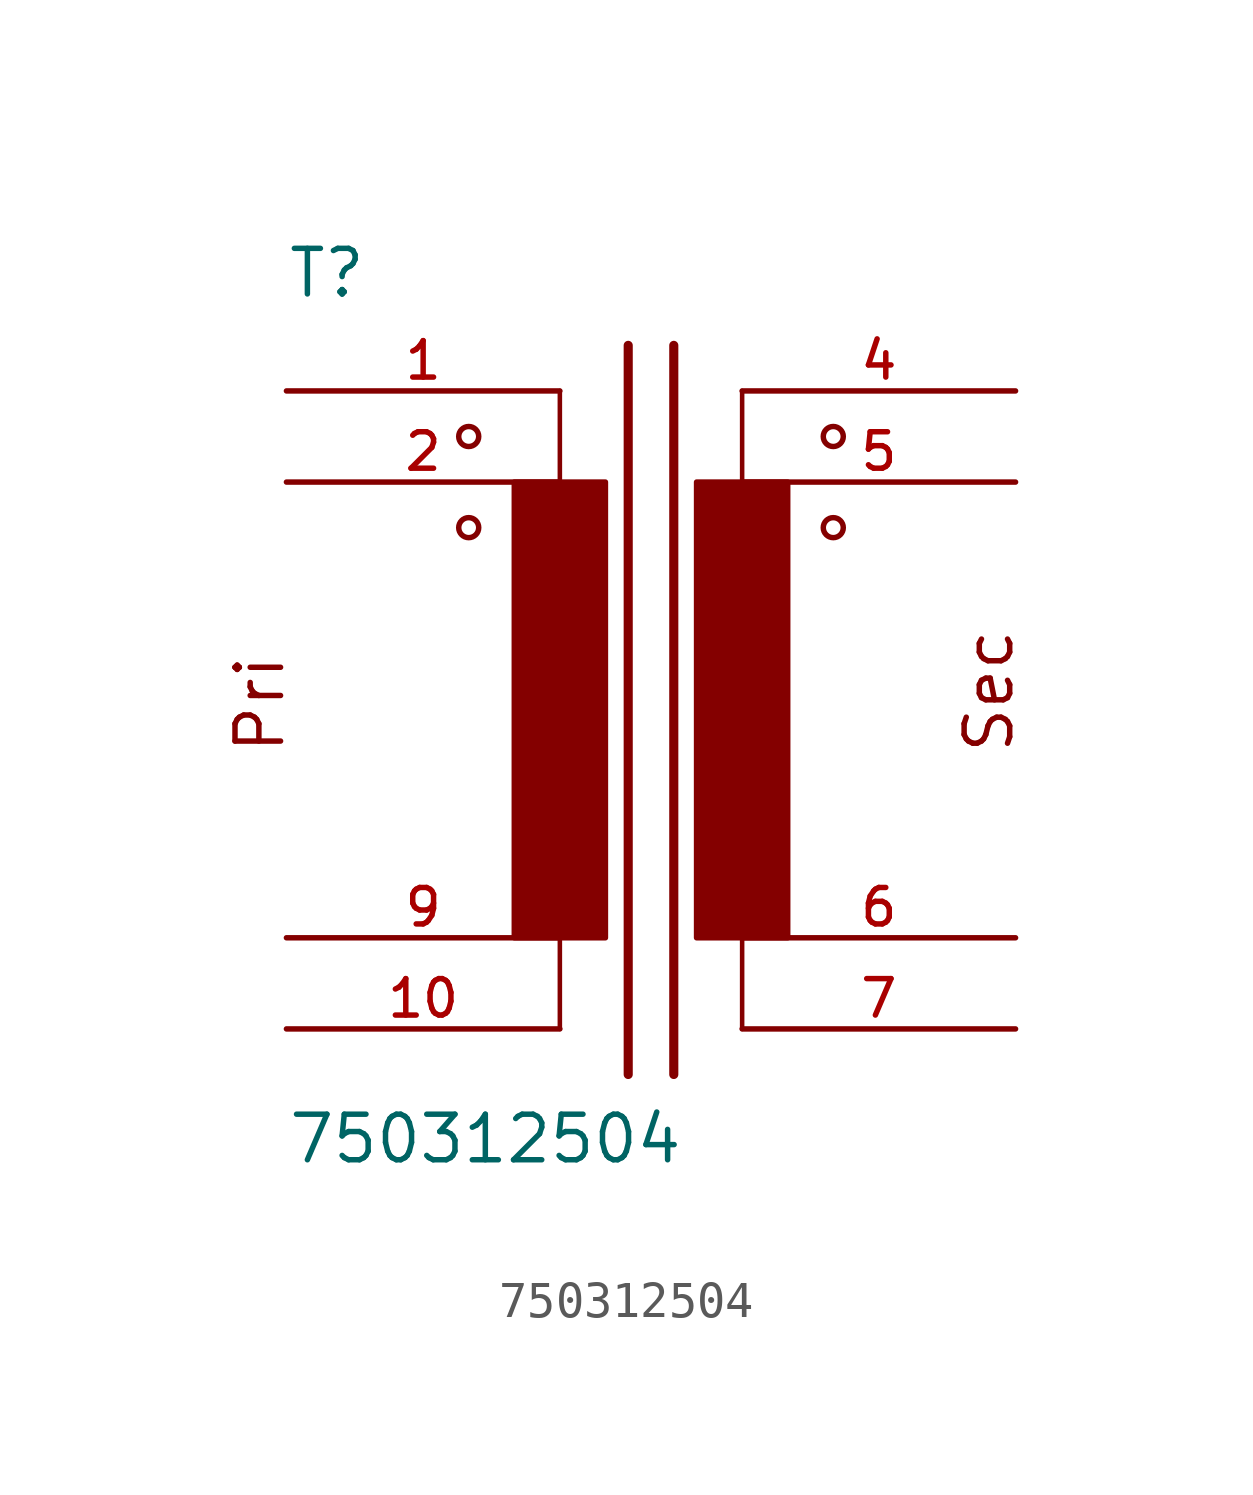
<source format=kicad_sym>
(kicad_symbol_lib
  (version 20211014)
  (generator kicad_symbol_editor)
  (symbol "750312504"
    (pin_names
      (offset 1.016) hide)
    (property "Reference" "T"
      (at -10.16 10.16 0)
      (effects (font (size 1.27 1.27)) (justify left bottom)))
    (property "Value" "750312504"
      (at -10.16 -13.97 0)
      (effects (font (size 1.27 1.27)) (justify left bottom)))
    (property "ki_locked" ""
      (at 0 0 0)
      (effects (font (size 1.27 1.27))))
    (symbol "750312504_0_0"
      (circle (center -5.08 3.81) (radius 0.279) (stroke (width 0) (type default) (color 0 0 0 0)) (fill (type none)))
      (circle (center -5.08 6.35) (radius 0.279) (stroke (width 0) (type default) (color 0 0 0 0)) (fill (type none)))
      (rectangle (start -3.81 -7.62) (end -1.27 5.08) (stroke (width 0) (type default) (color 0 0 0 0)) (fill (type outline)))
      (polyline (pts (xy -2.54 -7.62) (xy -2.54 -10.16)) (stroke (width 0.127) (type default) (color 0 0 0 0)) (fill (type none)))
      (polyline (pts (xy -2.54 7.62) (xy -2.54 5.08)) (stroke (width 0.127) (type default) (color 0 0 0 0)) (fill (type none)))
      (polyline (pts (xy -0.635 8.89) (xy -0.635 -11.43)) (stroke (width 0.254) (type default) (color 0 0 0 0)) (fill (type none)))
      (polyline (pts (xy 0.635 8.89) (xy 0.635 -11.43)) (stroke (width 0.254) (type default) (color 0 0 0 0)) (fill (type none)))
      (polyline (pts (xy 2.54 -7.62) (xy 2.54 -10.16)) (stroke (width 0.127) (type default) (color 0 0 0 0)) (fill (type none)))
      (polyline (pts (xy 2.54 7.62) (xy 2.54 5.08)) (stroke (width 0.127) (type default) (color 0 0 0 0)) (fill (type none)))
      (rectangle (start 1.27 -7.62) (end 3.81 5.08) (stroke (width 0) (type default) (color 0 0 0 0)) (fill (type outline)))
      (circle (center 5.08 3.81) (radius 0.279) (stroke (width 0) (type default) (color 0 0 0 0)) (fill (type none)))
      (circle (center 5.08 6.35) (radius 0.279) (stroke (width 0) (type default) (color 0 0 0 0)) (fill (type none)))
      (text "Pri" (at -10.16 -2.54 900) (effects (font (size 1.27 1.27)) (justify left bottom)))
      (text "Sec" (at 10.16 -2.54 900) (effects (font (size 1.27 1.27)) (justify left bottom)))
      (pin passive line (at -10.16 7.62 0) (length 7.62) (name "~" (effects (font (size 1.016 1.016)))) (number "1" (effects (font (size 1.016 1.016)))))
      (pin passive line (at -10.16 -10.16 0) (length 7.62) (name "~" (effects (font (size 1.016 1.016)))) (number "10" (effects (font (size 1.016 1.016)))))
      (pin passive line (at -10.16 5.08 0) (length 7.62) (name "~" (effects (font (size 1.016 1.016)))) (number "2" (effects (font (size 1.016 1.016)))))
      (pin passive line (at 10.16 7.62 180) (length 7.62) (name "~" (effects (font (size 1.016 1.016)))) (number "4" (effects (font (size 1.016 1.016)))))
      (pin passive line (at 10.16 5.08 180) (length 7.62) (name "~" (effects (font (size 1.016 1.016)))) (number "5" (effects (font (size 1.016 1.016)))))
      (pin passive line (at 10.16 -7.62 180) (length 7.62) (name "~" (effects (font (size 1.016 1.016)))) (number "6" (effects (font (size 1.016 1.016)))))
      (pin passive line (at 10.16 -10.16 180) (length 7.62) (name "~" (effects (font (size 1.016 1.016)))) (number "7" (effects (font (size 1.016 1.016)))))
      (pin passive line (at -10.16 -7.62 0) (length 7.62) (name "~" (effects (font (size 1.016 1.016)))) (number "9" (effects (font (size 1.016 1.016))))))))
</source>
